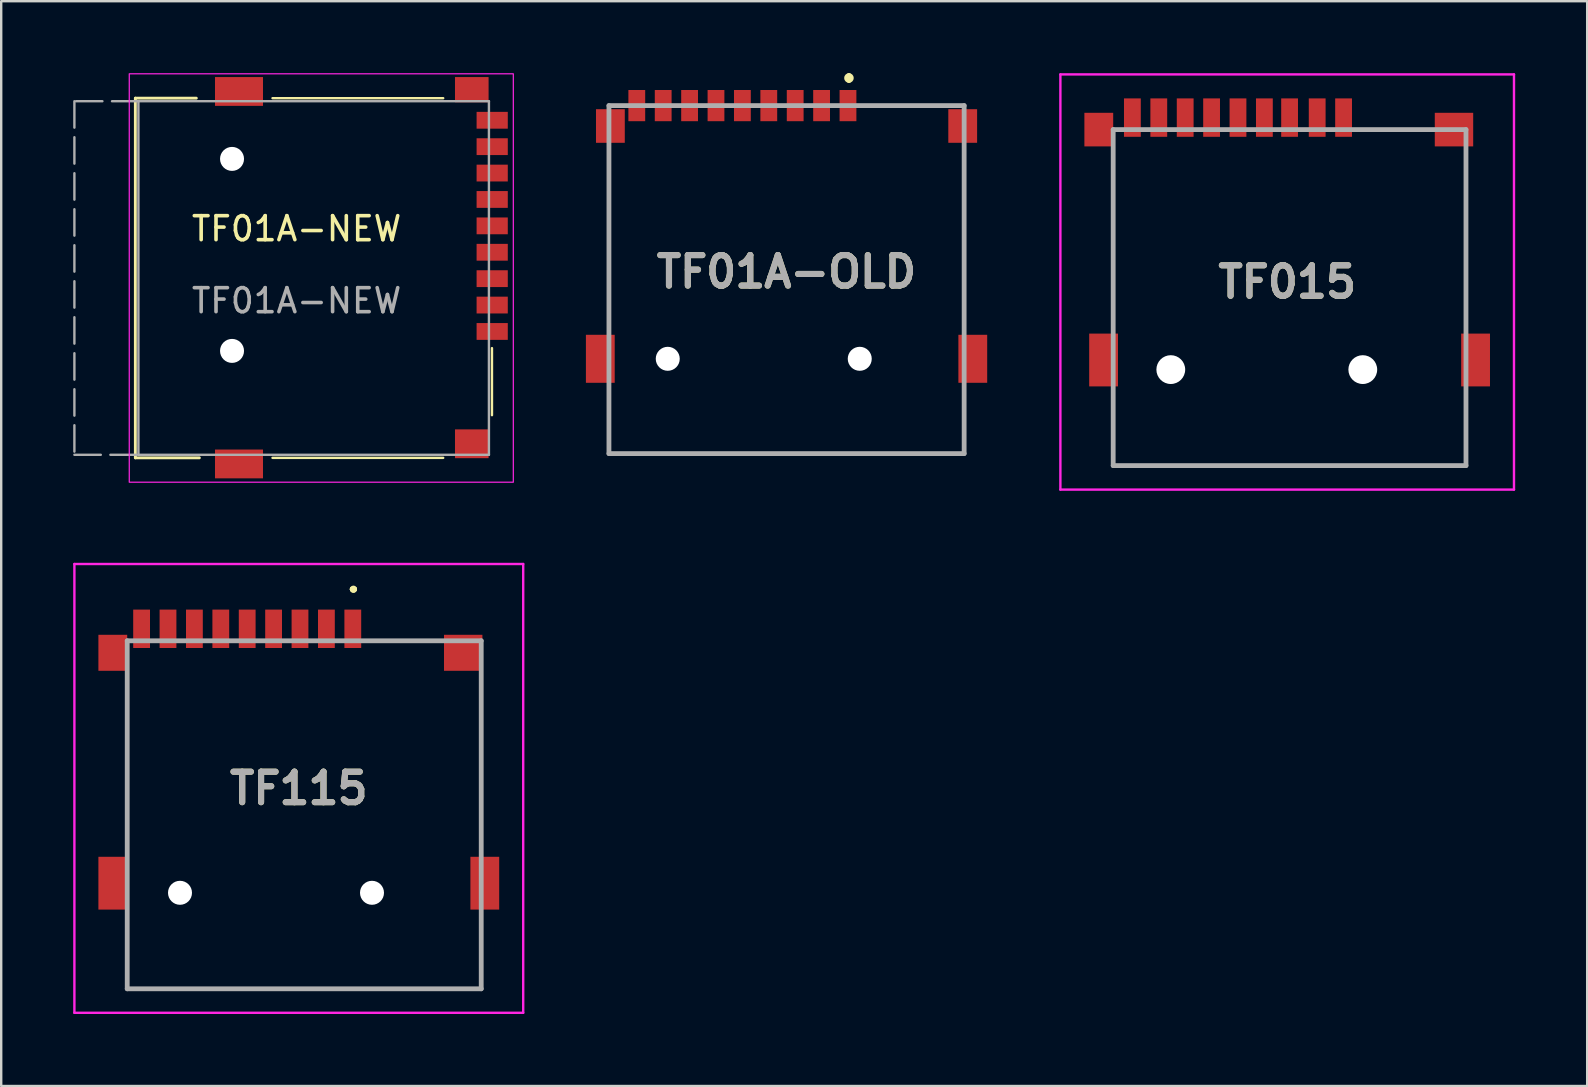
<source format=kicad_pcb>
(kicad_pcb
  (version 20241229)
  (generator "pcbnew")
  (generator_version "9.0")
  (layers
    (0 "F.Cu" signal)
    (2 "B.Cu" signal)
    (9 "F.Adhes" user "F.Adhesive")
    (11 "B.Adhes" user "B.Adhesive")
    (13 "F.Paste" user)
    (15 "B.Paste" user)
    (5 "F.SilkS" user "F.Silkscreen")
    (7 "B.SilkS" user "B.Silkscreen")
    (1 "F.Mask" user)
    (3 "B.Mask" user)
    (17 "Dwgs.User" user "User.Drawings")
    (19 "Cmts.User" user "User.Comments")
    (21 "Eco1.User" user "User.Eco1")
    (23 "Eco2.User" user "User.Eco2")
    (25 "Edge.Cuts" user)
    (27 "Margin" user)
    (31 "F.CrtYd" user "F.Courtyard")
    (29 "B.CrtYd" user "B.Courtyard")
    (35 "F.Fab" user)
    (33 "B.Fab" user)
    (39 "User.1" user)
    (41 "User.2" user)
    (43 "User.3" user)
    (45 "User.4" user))
  (footprint "TF115"
    (layer "F.Cu")
    (at 9.4 29.8)
    (property "Reference" "TF115" (at 0 0 0) (layer "F.SilkS") (effects (font (size 1.27 1.27) (thickness 0.254))))
    (attr through_hole)
    (fp_line (start -7.149 -3.9) (end -7.149 -3.9) (stroke (width 0.1) (type solid)) (layer "F.SilkS"))
    (fp_line (start -7.149 -3.9) (end -7.149 1.6) (stroke (width 0.1) (type solid)) (layer "F.SilkS"))
    (fp_line (start -7.149 1.6) (end -7.149 -3.9) (stroke (width 0.1) (type solid)) (layer "F.SilkS"))
    (fp_line (start -7.149 1.6) (end -7.149 1.6) (stroke (width 0.1) (type solid)) (layer "F.SilkS"))
    (fp_line (start -7.149 6.85) (end -7.149 6.85) (stroke (width 0.1) (type solid)) (layer "F.SilkS"))
    (fp_line (start -7.149 6.85) (end -7.149 8.35) (stroke (width 0.1) (type solid)) (layer "F.SilkS"))
    (fp_line (start -7.149 8.35) (end -7.149 6.85) (stroke (width 0.1) (type solid)) (layer "F.SilkS"))
    (fp_line (start -7.149 8.35) (end -7.149 8.35) (stroke (width 0.1) (type solid)) (layer "F.SilkS"))
    (fp_line (start -7.149 8.35) (end -7.149 8.35) (stroke (width 0.1) (type solid)) (layer "F.SilkS"))
    (fp_line (start -7.149 8.35) (end 7.601 8.35) (stroke (width 0.1) (type solid)) (layer "F.SilkS"))
    (fp_line (start 2.226 -8.3) (end 2.226 -8.3) (stroke (width 0.2) (type solid)) (layer "F.SilkS"))
    (fp_line (start 2.226 -8.3) (end 2.226 -8.3) (stroke (width 0.2) (type solid)) (layer "F.SilkS"))
    (fp_line (start 2.326 -8.3) (end 2.326 -8.3) (stroke (width 0.2) (type solid)) (layer "F.SilkS"))
    (fp_line (start 3.226 -6.15) (end 3.226 -6.15) (stroke (width 0.1) (type solid)) (layer "F.SilkS"))
    (fp_line (start 3.226 -6.15) (end 5.226 -6.15) (stroke (width 0.1) (type solid)) (layer "F.SilkS"))
    (fp_line (start 5.226 -6.15) (end 3.226 -6.15) (stroke (width 0.1) (type solid)) (layer "F.SilkS"))
    (fp_line (start 5.226 -6.15) (end 5.226 -6.15) (stroke (width 0.1) (type solid)) (layer "F.SilkS"))
    (fp_line (start 7.601 -3.65) (end 7.601 -3.65) (stroke (width 0.1) (type solid)) (layer "F.SilkS"))
    (fp_line (start 7.601 -3.65) (end 7.601 1.6) (stroke (width 0.1) (type solid)) (layer "F.SilkS"))
    (fp_line (start 7.601 1.6) (end 7.601 -3.65) (stroke (width 0.1) (type solid)) (layer "F.SilkS"))
    (fp_line (start 7.601 1.6) (end 7.601 1.6) (stroke (width 0.1) (type solid)) (layer "F.SilkS"))
    (fp_line (start 7.601 6.35) (end 7.601 6.35) (stroke (width 0.1) (type solid)) (layer "F.SilkS"))
    (fp_line (start 7.601 6.35) (end 7.601 8.35) (stroke (width 0.1) (type solid)) (layer "F.SilkS"))
    (fp_line (start 7.601 8.35) (end -7.149 8.35) (stroke (width 0.1) (type solid)) (layer "F.SilkS"))
    (fp_line (start 7.601 8.35) (end 7.601 6.35) (stroke (width 0.1) (type solid)) (layer "F.SilkS"))
    (fp_line (start 7.601 8.35) (end 7.601 8.35) (stroke (width 0.1) (type solid)) (layer "F.SilkS"))
    (fp_line (start 7.601 8.35) (end 7.601 8.35) (stroke (width 0.1) (type solid)) (layer "F.SilkS"))
    (fp_arc (start 2.226 -8.3) (mid 2.276 -8.35) (end 2.326 -8.3) (stroke (width 0.2) (type solid)) (layer "F.SilkS"))
    (fp_arc (start 2.326 -8.3) (mid 2.276 -8.25) (end 2.226 -8.3) (stroke (width 0.2) (type solid)) (layer "F.SilkS"))
    (fp_arc (start 2.326 -8.3) (mid 2.276 -8.25) (end 2.226 -8.3) (stroke (width 0.2) (type solid)) (layer "F.SilkS"))
    (fp_line (start -9.35 -9.35) (end 9.35 -9.35) (stroke (width 0.1) (type solid)) (layer "F.CrtYd"))
    (fp_line (start -9.35 9.35) (end -9.35 -9.35) (stroke (width 0.1) (type solid)) (layer "F.CrtYd"))
    (fp_line (start 9.35 -9.35) (end 9.35 9.35) (stroke (width 0.1) (type solid)) (layer "F.CrtYd"))
    (fp_line (start 9.35 9.35) (end -9.35 9.35) (stroke (width 0.1) (type solid)) (layer "F.CrtYd"))
    (fp_line (start -7.149 -6.15) (end -7.149 8.35) (stroke (width 0.2) (type solid)) (layer "F.Fab"))
    (fp_line (start -7.149 8.35) (end 7.601 8.35) (stroke (width 0.2) (type solid)) (layer "F.Fab"))
    (fp_line (start 7.601 -6.15) (end -7.149 -6.15) (stroke (width 0.2) (type solid)) (layer "F.Fab"))
    (fp_line (start 7.601 8.35) (end 7.601 -6.15) (stroke (width 0.2) (type solid)) (layer "F.Fab"))
    (fp_text user "${REFERENCE}" (at 0 0 0) (layer "F.Fab") (effects (font (size 1.27 1.27) (thickness 0.254))))
    (pad "" np_thru_hole circle (at -4.95 4.35) (size 1 1) (drill 1) (layers "*.Cu" "*.Mask"))
    (pad "" np_thru_hole circle (at 3.05 4.35) (size 1 1) (drill 1) (layers "*.Cu" "*.Mask"))
    (pad "1" smd rect (at 2.25 -6.65) (size 0.7 1.6) (layers "F.Cu" "F.Mask" "F.Paste"))
    (pad "2" smd rect (at 1.15 -6.65) (size 0.7 1.6) (layers "F.Cu" "F.Mask" "F.Paste"))
    (pad "3" smd rect (at 0.05 -6.65) (size 0.7 1.6) (layers "F.Cu" "F.Mask" "F.Paste"))
    (pad "4" smd rect (at -1.05 -6.65) (size 0.7 1.6) (layers "F.Cu" "F.Mask" "F.Paste"))
    (pad "5" smd rect (at -2.15 -6.65) (size 0.7 1.6) (layers "F.Cu" "F.Mask" "F.Paste"))
    (pad "6" smd rect (at -3.25 -6.65) (size 0.7 1.6) (layers "F.Cu" "F.Mask" "F.Paste"))
    (pad "7" smd rect (at -4.35 -6.65) (size 0.7 1.6) (layers "F.Cu" "F.Mask" "F.Paste"))
    (pad "8" smd rect (at -5.45 -6.65) (size 0.7 1.6) (layers "F.Cu" "F.Mask" "F.Paste"))
    (pad "CD1" smd rect (at -6.55 -6.65) (size 0.7 1.6) (layers "F.Cu" "F.Mask" "F.Paste"))
    (pad "MP1" smd rect (at 6.85 -5.65 90) (size 1.5 1.6) (layers "F.Cu" "F.Mask" "F.Paste"))
    (pad "MP2" smd rect (at -7.75 -5.65) (size 1.2 1.5) (layers "F.Cu" "F.Mask" "F.Paste"))
    (pad "MP3" smd rect (at -7.75 3.95) (size 1.2 2.2) (layers "F.Cu" "F.Mask" "F.Paste"))
    (pad "MP4" smd rect (at 7.75 3.95) (size 1.2 2.2) (layers "F.Cu" "F.Mask" "F.Paste")))
  (footprint "TF015"
    (layer "F.Cu")
    (at 50.583 9.1)
    (property "Reference" "TF015" (at 0 -0.4 0) (layer "F.SilkS") (effects (font (size 1.27 1.27) (thickness 0.254))))
    (attr through_hole)
    (fp_line (start -7.25 1.25) (end -7.25 -5.75) (stroke (width 0.1) (type solid)) (layer "F.SilkS"))
    (fp_line (start -7.25 4.71) (end -7.25 7.25) (stroke (width 0.1) (type solid)) (layer "F.SilkS"))
    (fp_line (start -7.25 7.25) (end 7.45 7.25) (stroke (width 0.1) (type solid)) (layer "F.SilkS"))
    (fp_line (start 7.45 -5.75) (end 7.45 1.25) (stroke (width 0.1) (type solid)) (layer "F.SilkS"))
    (fp_line (start 7.45 7.25) (end 7.45 4.71) (stroke (width 0.1) (type solid)) (layer "F.SilkS"))
    (fp_line (start -9.45 -9.05) (end 9.45 -9.05) (stroke (width 0.1) (type solid)) (layer "F.CrtYd"))
    (fp_line (start -9.45 8.25) (end -9.45 -9.05) (stroke (width 0.1) (type solid)) (layer "F.CrtYd"))
    (fp_line (start 9.45 -9.05) (end 9.45 8.25) (stroke (width 0.1) (type solid)) (layer "F.CrtYd"))
    (fp_line (start 9.45 8.25) (end -9.45 8.25) (stroke (width 0.1) (type solid)) (layer "F.CrtYd"))
    (fp_line (start -7.25 -6.75) (end 7.45 -6.75) (stroke (width 0.2) (type solid)) (layer "F.Fab"))
    (fp_line (start -7.25 7.25) (end -7.25 -6.75) (stroke (width 0.2) (type solid)) (layer "F.Fab"))
    (fp_line (start 7.45 -6.75) (end 7.45 7.25) (stroke (width 0.2) (type solid)) (layer "F.Fab"))
    (fp_line (start 7.45 7.25) (end -7.25 7.25) (stroke (width 0.2) (type solid)) (layer "F.Fab"))
    (fp_text user "${REFERENCE}" (at 0 -0.4 0) (layer "F.Fab") (effects (font (size 1.27 1.27) (thickness 0.254))))
    (pad "" np_thru_hole circle (at -4.85 3.25) (size 1.2 1.2) (drill 1.2) (layers "*.Cu" "*.Mask"))
    (pad "" np_thru_hole circle (at 3.15 3.25) (size 1.2 1.2) (drill 1.2) (layers "*.Cu" "*.Mask"))
    (pad "1" smd rect (at 2.35 -7.25) (size 0.7 1.6) (layers "F.Cu" "F.Mask" "F.Paste"))
    (pad "2" smd rect (at 1.25 -7.25) (size 0.7 1.6) (layers "F.Cu" "F.Mask" "F.Paste"))
    (pad "3" smd rect (at 0.1 -7.25) (size 0.7 1.6) (layers "F.Cu" "F.Mask" "F.Paste"))
    (pad "4" smd rect (at -0.95 -7.25) (size 0.7 1.6) (layers "F.Cu" "F.Mask" "F.Paste"))
    (pad "5" smd rect (at -2.05 -7.25) (size 0.7 1.6) (layers "F.Cu" "F.Mask" "F.Paste"))
    (pad "6" smd rect (at -3.15 -7.25) (size 0.7 1.6) (layers "F.Cu" "F.Mask" "F.Paste"))
    (pad "7" smd rect (at -4.25 -7.25) (size 0.7 1.6) (layers "F.Cu" "F.Mask" "F.Paste"))
    (pad "8" smd rect (at -5.35 -7.25) (size 0.7 1.6) (layers "F.Cu" "F.Mask" "F.Paste"))
    (pad "9" smd rect (at -6.45 -7.25) (size 0.7 1.6) (layers "F.Cu" "F.Mask" "F.Paste"))
    (pad "10" smd rect (at -7.85 -6.75) (size 1.2 1.4) (layers "F.Cu" "F.Mask" "F.Paste"))
    (pad "11" smd rect (at 6.95 -6.75 90) (size 1.4 1.6) (layers "F.Cu" "F.Mask" "F.Paste"))
    (pad "12" smd rect (at -7.65 2.85) (size 1.2 2.2) (layers "F.Cu" "F.Mask" "F.Paste"))
    (pad "13" smd rect (at 7.85 2.85) (size 1.2 2.2) (layers "F.Cu" "F.Mask" "F.Paste")))
  (footprint "TF01A-OLD"
    (layer "F.Cu")
    (at 29.723 8.6)
    (property "Reference" "TF01A-OLD" (at 0 -0.325 0) (layer "F.SilkS") (effects (font (size 1.27 1.27) (thickness 0.254))))
    (attr through_hole)
    (fp_line (start -7.4 -5) (end -7.4 1.5) (stroke (width 0.1) (type solid)) (layer "F.SilkS"))
    (fp_line (start -7.4 5) (end -7.4 7.25) (stroke (width 0.1) (type solid)) (layer "F.SilkS"))
    (fp_line (start -7.4 7.25) (end 7.4 7.25) (stroke (width 0.1) (type solid)) (layer "F.SilkS"))
    (fp_line (start 2.6 -8.5) (end 2.6 -8.5) (stroke (width 0.2) (type solid)) (layer "F.SilkS"))
    (fp_line (start 2.6 -8.3) (end 2.6 -8.3) (stroke (width 0.2) (type solid)) (layer "F.SilkS"))
    (fp_line (start 3.5 -7.25) (end 6.5 -7.25) (stroke (width 0.1) (type solid)) (layer "F.SilkS"))
    (fp_line (start 7.4 1.5) (end 7.4 -5) (stroke (width 0.1) (type solid)) (layer "F.SilkS"))
    (fp_line (start 7.4 7.25) (end 7.4 5.5) (stroke (width 0.1) (type solid)) (layer "F.SilkS"))
    (fp_arc (start 2.6 -8.5) (mid 2.7 -8.4) (end 2.6 -8.3) (stroke (width 0.2) (type solid)) (layer "F.SilkS"))
    (fp_arc (start 2.6 -8.3) (mid 2.5 -8.4) (end 2.6 -8.5) (stroke (width 0.2) (type solid)) (layer "F.SilkS"))
    (fp_line (start -7.4 -7.25) (end 7.4 -7.25) (stroke (width 0.2) (type solid)) (layer "F.Fab"))
    (fp_line (start -7.4 7.25) (end -7.4 -7.25) (stroke (width 0.2) (type solid)) (layer "F.Fab"))
    (fp_line (start 7.4 -7.25) (end 7.4 7.25) (stroke (width 0.2) (type solid)) (layer "F.Fab"))
    (fp_line (start 7.4 7.25) (end -7.4 7.25) (stroke (width 0.2) (type solid)) (layer "F.Fab"))
    (fp_text user "${REFERENCE}" (at 0 -0.325 0) (layer "F.Fab") (effects (font (size 1.27 1.27) (thickness 0.254))))
    (pad "" np_thru_hole circle (at -4.95 3.3) (size 1 1) (drill 1) (layers "*.Cu" "*.Mask"))
    (pad "" np_thru_hole circle (at 3.05 3.3) (size 1 1) (drill 1) (layers "*.Cu" "*.Mask"))
    (pad "1" smd rect (at 2.56 -7.25) (size 0.7 1.3) (layers "F.Cu" "F.Mask" "F.Paste"))
    (pad "2" smd rect (at 1.46 -7.25) (size 0.7 1.3) (layers "F.Cu" "F.Mask" "F.Paste"))
    (pad "3" smd rect (at 0.36 -7.25) (size 0.7 1.3) (layers "F.Cu" "F.Mask" "F.Paste"))
    (pad "4" smd rect (at -0.74 -7.25) (size 0.7 1.3) (layers "F.Cu" "F.Mask" "F.Paste"))
    (pad "5" smd rect (at -1.84 -7.25) (size 0.7 1.3) (layers "F.Cu" "F.Mask" "F.Paste"))
    (pad "6" smd rect (at -2.94 -7.25) (size 0.7 1.3) (layers "F.Cu" "F.Mask" "F.Paste"))
    (pad "7" smd rect (at -4.04 -7.25) (size 0.7 1.3) (layers "F.Cu" "F.Mask" "F.Paste"))
    (pad "8" smd rect (at -5.14 -7.25) (size 0.7 1.3) (layers "F.Cu" "F.Mask" "F.Paste"))
    (pad "9" smd rect (at -6.24 -7.25) (size 0.7 1.3) (layers "F.Cu" "F.Mask" "F.Paste"))
    (pad "10" smd rect (at -7.76 3.3) (size 1.2 2) (layers "F.Cu" "F.Mask" "F.Paste"))
    (pad "10" smd rect (at -7.34 -6.4) (size 1.2 1.4) (layers "F.Cu" "F.Mask" "F.Paste"))
    (pad "10" smd rect (at 7.34 -6.4) (size 1.2 1.4) (layers "F.Cu" "F.Mask" "F.Paste"))
    (pad "10" smd rect (at 7.76 3.3) (size 1.2 2) (layers "F.Cu" "F.Mask" "F.Paste")))
  (footprint "TF01A-NEW"
    (layer "F.Cu")
    (at 6.908 16.281)
    (property "Reference" "TF01A-NEW" (at 2.4 -9.8 0) (unlocked yes) (layer "F.SilkS") (effects (font (size 1 1) (thickness 0.15))))
    (attr smd)
    (fp_line (start -4.318 -15.24) (end -1.778 -15.24) (stroke (width 0.12) (type default)) (layer "F.SilkS"))
    (fp_line (start -4.318 -0.254) (end -4.318 -15.24) (stroke (width 0.12) (type default)) (layer "F.SilkS"))
    (fp_line (start -1.651 -0.254) (end -4.318 -0.254) (stroke (width 0.12) (type default)) (layer "F.SilkS"))
    (fp_line (start 1.397 -15.24) (end 8.509 -15.24) (stroke (width 0.1) (type default)) (layer "F.SilkS"))
    (fp_line (start 1.397 -0.254) (end 8.509 -0.254) (stroke (width 0.1) (type default)) (layer "F.SilkS"))
    (fp_line (start 10.541 -4.826) (end 10.541 -2.032) (stroke (width 0.1) (type default)) (layer "F.SilkS"))
    (fp_rect (start -4.572 0.762) (end 11.43 -16.256) (stroke (width 0.05) (type default)) (fill no) (layer "F.CrtYd"))
    (fp_line (start -6.858 -15.113) (end -6.858 -0.381) (stroke (width 0.1) (type dash)) (layer "F.Fab"))
    (fp_line (start -6.858 -0.381) (end -4.191 -0.381) (stroke (width 0.1) (type dash)) (layer "F.Fab"))
    (fp_line (start -4.191 -15.113) (end -6.858 -15.113) (stroke (width 0.1) (type dash)) (layer "F.Fab"))
    (fp_line (start -4.191 -15.113) (end 10.414 -15.113) (stroke (width 0.1) (type default)) (layer "F.Fab"))
    (fp_line (start -4.191 -0.381) (end -4.191 -15.113) (stroke (width 0.1) (type default)) (layer "F.Fab"))
    (fp_line (start -4.191 -0.381) (end 10.414 -0.381) (stroke (width 0.1) (type default)) (layer "F.Fab"))
    (fp_line (start 10.414 -0.381) (end 10.414 -15.113) (stroke (width 0.1) (type default)) (layer "F.Fab"))
    (fp_text user "${REFERENCE}" (at 2.4 -6.8 0) (unlocked yes) (layer "F.Fab") (effects (font (size 1 1) (thickness 0.15))))
    (pad "" np_thru_hole circle (at -0.29 -12.71) (size 1 1) (drill 1) (layers "*.Cu" "*.Mask"))
    (pad "" np_thru_hole circle (at -0.29 -4.71) (size 1 1) (drill 1) (layers "*.Cu" "*.Mask"))
    (pad "1" smd rect (at 10.55 -5.52) (size 1.3 0.7) (layers "F.Cu" "F.Mask" "F.Paste"))
    (pad "2" smd rect (at 10.55 -6.62) (size 1.3 0.7) (layers "F.Cu" "F.Mask" "F.Paste"))
    (pad "3" smd rect (at 10.55 -7.72) (size 1.3 0.7) (layers "F.Cu" "F.Mask" "F.Paste"))
    (pad "4" smd rect (at 10.55 -8.82) (size 1.3 0.7) (layers "F.Cu" "F.Mask" "F.Paste"))
    (pad "5" smd rect (at 10.55 -9.92) (size 1.3 0.7) (layers "F.Cu" "F.Mask" "F.Paste"))
    (pad "6" smd rect (at 10.55 -11.02) (size 1.3 0.7) (layers "F.Cu" "F.Mask" "F.Paste"))
    (pad "7" smd rect (at 10.55 -12.12) (size 1.3 0.7) (layers "F.Cu" "F.Mask" "F.Paste"))
    (pad "8" smd rect (at 10.55 -13.22) (size 1.3 0.7) (layers "F.Cu" "F.Mask" "F.Paste"))
    (pad "9" smd rect (at 10.55 -14.32) (size 1.3 0.7) (layers "F.Cu" "F.Mask" "F.Paste"))
    (pad "10" smd rect (at 0 -15.52) (size 2 1.2) (layers "F.Cu" "F.Mask" "F.Paste"))
    (pad "10" smd rect (at 0 0) (size 2 1.2) (layers "F.Cu" "F.Mask" "F.Paste"))
    (pad "10" smd rect (at 9.7 -15.595) (size 1.4 1.05) (layers "F.Cu" "F.Mask" "F.Paste"))
    (pad "10" smd rect (at 9.7 -0.84) (size 1.4 1.2) (layers "F.Cu" "F.Mask" "F.Paste")))
  (gr_rect
    (start -3 -3)
    (end 63.083 42.2)
    (stroke (width 0.1) (type default))
    (fill no)
    (layer "Edge.Cuts")))
</source>
